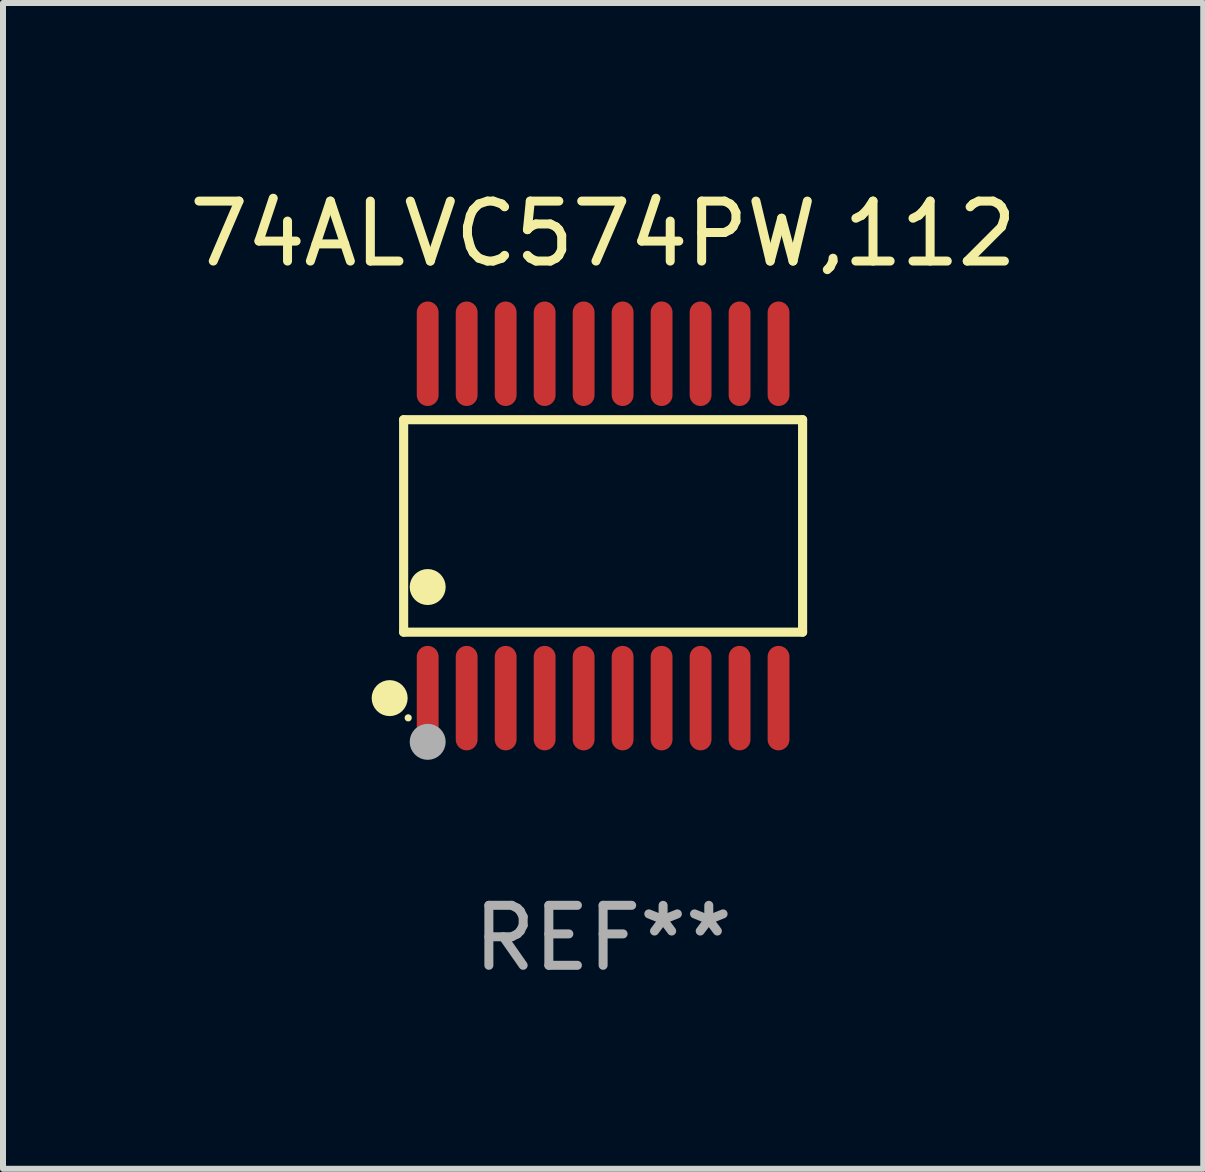
<source format=kicad_pcb>
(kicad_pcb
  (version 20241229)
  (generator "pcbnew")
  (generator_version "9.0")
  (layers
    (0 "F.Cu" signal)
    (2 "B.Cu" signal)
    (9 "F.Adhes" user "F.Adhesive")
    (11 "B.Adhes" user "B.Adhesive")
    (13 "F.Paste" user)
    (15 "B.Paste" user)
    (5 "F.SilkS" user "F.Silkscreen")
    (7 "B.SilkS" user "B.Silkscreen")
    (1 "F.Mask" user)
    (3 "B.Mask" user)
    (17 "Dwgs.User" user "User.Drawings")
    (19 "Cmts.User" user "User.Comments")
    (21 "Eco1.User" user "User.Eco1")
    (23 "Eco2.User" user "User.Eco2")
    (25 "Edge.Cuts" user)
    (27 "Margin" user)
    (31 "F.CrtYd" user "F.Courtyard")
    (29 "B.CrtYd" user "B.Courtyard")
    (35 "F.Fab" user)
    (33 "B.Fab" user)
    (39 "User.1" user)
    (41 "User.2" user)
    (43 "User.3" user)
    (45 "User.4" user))
  (footprint "74ALVC574PW,112"
    (layer "F.Cu")
    (at 7.006 5.719)
    (property "Reference" "74ALVC574PW,112" (at 0 -4.871 0) (layer "F.SilkS") (effects (font (size 1 1) (thickness 0.15))))
    (attr through_hole)
    (fp_line (start -3.326 -1.771) (end 3.326 -1.771) (stroke (width 0.152) (type solid)) (layer "F.SilkS"))
    (fp_line (start -3.326 1.771) (end -3.326 -1.771) (stroke (width 0.152) (type solid)) (layer "F.SilkS"))
    (fp_line (start 3.326 -1.771) (end 3.326 1.771) (stroke (width 0.152) (type solid)) (layer "F.SilkS"))
    (fp_line (start 3.326 1.771) (end -3.326 1.771) (stroke (width 0.152) (type solid)) (layer "F.SilkS"))
    (fp_circle (center -3.559 2.871) (end -3.409 2.871) (stroke (width 0.3) (type solid)) (fill no) (layer "F.SilkS"))
    (fp_circle (center -3.25 3.2) (end -3.22 3.2) (stroke (width 0.06) (type solid)) (fill no) (layer "F.SilkS"))
    (fp_circle (center -2.925 1.019) (end -2.775 1.019) (stroke (width 0.3) (type solid)) (fill no) (layer "F.SilkS"))
    (fp_circle (center -2.925 3.6) (end -2.775 3.6) (stroke (width 0.3) (type solid)) (fill no) (layer "F.Fab"))
    (fp_text user "REF**" (at 0 6.871 0) (layer "F.Fab") (effects (font (size 1 1) (thickness 0.15))))
    (pad "1" smd oval (at -2.925 2.871) (size 0.364 1.742) (layers "F.Cu" "F.Mask" "F.Paste"))
    (pad "2" smd oval (at -2.275 2.871) (size 0.364 1.742) (layers "F.Cu" "F.Mask" "F.Paste"))
    (pad "3" smd oval (at -1.625 2.871) (size 0.364 1.742) (layers "F.Cu" "F.Mask" "F.Paste"))
    (pad "4" smd oval (at -0.975 2.871) (size 0.364 1.742) (layers "F.Cu" "F.Mask" "F.Paste"))
    (pad "5" smd oval (at -0.325 2.871) (size 0.364 1.742) (layers "F.Cu" "F.Mask" "F.Paste"))
    (pad "6" smd oval (at 0.325 2.871) (size 0.364 1.742) (layers "F.Cu" "F.Mask" "F.Paste"))
    (pad "7" smd oval (at 0.975 2.871) (size 0.364 1.742) (layers "F.Cu" "F.Mask" "F.Paste"))
    (pad "8" smd oval (at 1.625 2.871) (size 0.364 1.742) (layers "F.Cu" "F.Mask" "F.Paste"))
    (pad "9" smd oval (at 2.275 2.871) (size 0.364 1.742) (layers "F.Cu" "F.Mask" "F.Paste"))
    (pad "10" smd oval (at 2.925 2.871) (size 0.364 1.742) (layers "F.Cu" "F.Mask" "F.Paste"))
    (pad "11" smd oval (at 2.925 -2.871) (size 0.364 1.742) (layers "F.Cu" "F.Mask" "F.Paste"))
    (pad "12" smd oval (at 2.275 -2.871) (size 0.364 1.742) (layers "F.Cu" "F.Mask" "F.Paste"))
    (pad "13" smd oval (at 1.625 -2.871) (size 0.364 1.742) (layers "F.Cu" "F.Mask" "F.Paste"))
    (pad "14" smd oval (at 0.975 -2.871) (size 0.364 1.742) (layers "F.Cu" "F.Mask" "F.Paste"))
    (pad "15" smd oval (at 0.325 -2.871) (size 0.364 1.742) (layers "F.Cu" "F.Mask" "F.Paste"))
    (pad "16" smd oval (at -0.325 -2.871) (size 0.364 1.742) (layers "F.Cu" "F.Mask" "F.Paste"))
    (pad "17" smd oval (at -0.975 -2.871) (size 0.364 1.742) (layers "F.Cu" "F.Mask" "F.Paste"))
    (pad "18" smd oval (at -1.625 -2.871) (size 0.364 1.742) (layers "F.Cu" "F.Mask" "F.Paste"))
    (pad "19" smd oval (at -2.275 -2.871) (size 0.364 1.742) (layers "F.Cu" "F.Mask" "F.Paste"))
    (pad "20" smd oval (at -2.925 -2.871) (size 0.364 1.742) (layers "F.Cu" "F.Mask" "F.Paste")))
  (gr_rect
    (start -3 -3)
    (end 17.012 16.438)
    (stroke (width 0.1) (type default))
    (fill no)
    (layer "Edge.Cuts")))
</source>
